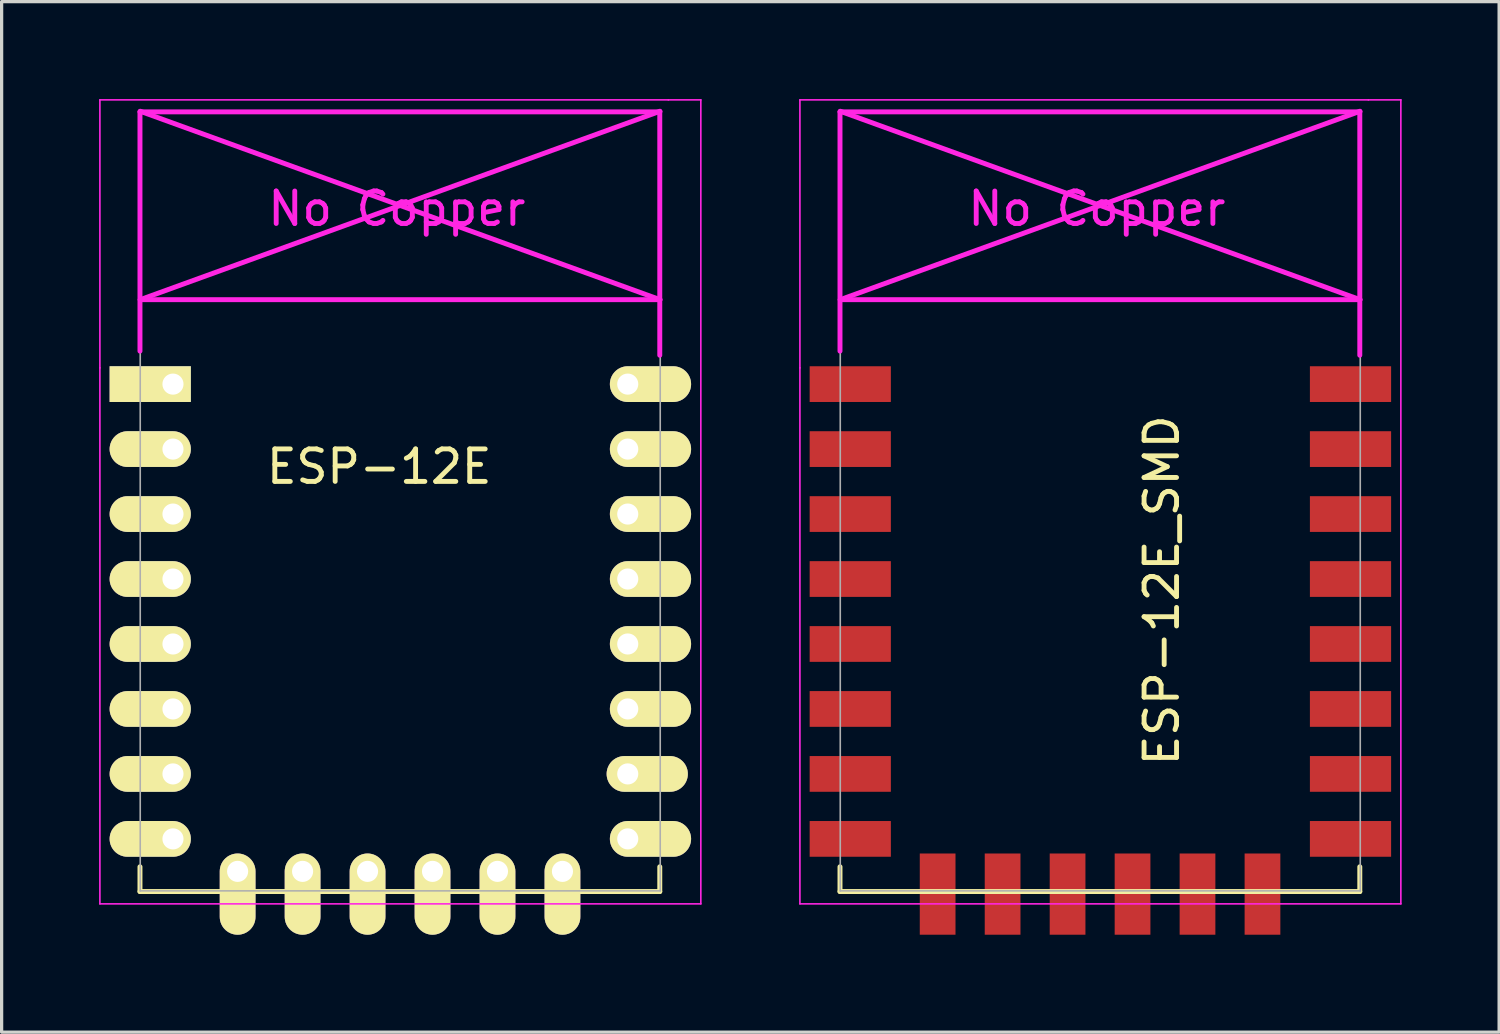
<source format=kicad_pcb>
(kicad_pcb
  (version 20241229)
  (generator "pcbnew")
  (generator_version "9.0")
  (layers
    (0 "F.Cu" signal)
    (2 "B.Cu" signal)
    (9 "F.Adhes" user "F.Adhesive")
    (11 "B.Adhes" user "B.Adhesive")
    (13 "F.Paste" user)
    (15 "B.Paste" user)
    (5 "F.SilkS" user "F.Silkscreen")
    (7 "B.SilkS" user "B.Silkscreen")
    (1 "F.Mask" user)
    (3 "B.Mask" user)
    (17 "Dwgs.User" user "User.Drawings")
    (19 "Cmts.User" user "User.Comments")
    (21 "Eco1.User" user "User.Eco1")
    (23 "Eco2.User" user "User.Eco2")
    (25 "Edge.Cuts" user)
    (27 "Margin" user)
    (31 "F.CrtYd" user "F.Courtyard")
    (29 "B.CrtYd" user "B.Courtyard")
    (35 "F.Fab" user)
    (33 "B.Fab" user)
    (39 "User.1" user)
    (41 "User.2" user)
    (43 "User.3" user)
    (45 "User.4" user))
  (footprint "ESP-12E"
    (layer "F.Cu")
    (at 2.275 8.775)
    (property "Reference" "ESP-12E" (at 6.35 2.54 0) (layer "F.SilkS") (effects (font (size 1 1) (thickness 0.15))))
    (attr through_hole)
    (fp_line (start -1.016 14.859) (end -1.016 15.621) (stroke (width 0.152) (type solid)) (layer "F.SilkS"))
    (fp_line (start -1.016 15.621) (end 14.986 15.621) (stroke (width 0.152) (type solid)) (layer "F.SilkS"))
    (fp_line (start 14.986 15.621) (end 14.986 14.859) (stroke (width 0.152) (type solid)) (layer "F.SilkS"))
    (fp_line (start -2.25 -8.75) (end 15.25 -8.75) (stroke (width 0.05) (type solid)) (layer "F.CrtYd"))
    (fp_line (start -2.25 -0.5) (end -2.25 -8.75) (stroke (width 0.05) (type solid)) (layer "F.CrtYd"))
    (fp_line (start -2.25 16) (end -2.25 -0.5) (stroke (width 0.05) (type solid)) (layer "F.CrtYd"))
    (fp_line (start -1.016 -8.382) (end -1.016 -1.016) (stroke (width 0.152) (type solid)) (layer "F.CrtYd"))
    (fp_line (start -1.016 -8.382) (end 14.986 -8.382) (stroke (width 0.152) (type solid)) (layer "F.CrtYd"))
    (fp_line (start -1.008 -8.4) (end 14.992 -2.6) (stroke (width 0.152) (type solid)) (layer "F.CrtYd"))
    (fp_line (start -1.008 -2.6) (end 14.992 -2.6) (stroke (width 0.152) (type solid)) (layer "F.CrtYd"))
    (fp_line (start 14.986 -8.382) (end 14.986 -0.889) (stroke (width 0.152) (type solid)) (layer "F.CrtYd"))
    (fp_line (start 14.992 -8.4) (end -1.008 -2.6) (stroke (width 0.152) (type solid)) (layer "F.CrtYd"))
    (fp_line (start 15.25 -8.75) (end 16.25 -8.75) (stroke (width 0.05) (type solid)) (layer "F.CrtYd"))
    (fp_line (start 16.25 -8.75) (end 16.25 16) (stroke (width 0.05) (type solid)) (layer "F.CrtYd"))
    (fp_line (start 16.25 16) (end -2.25 16) (stroke (width 0.05) (type solid)) (layer "F.CrtYd"))
    (fp_line (start -1.008 -8.4) (end 14.992 -8.4) (stroke (width 0.05) (type solid)) (layer "F.Fab"))
    (fp_line (start -1.008 15.6) (end -1.008 -8.4) (stroke (width 0.05) (type solid)) (layer "F.Fab"))
    (fp_line (start 14.992 15.6) (end -1.008 15.6) (stroke (width 0.05) (type solid)) (layer "F.Fab"))
    (fp_line (start 15 -8.4) (end 15 15.6) (stroke (width 0.05) (type solid)) (layer "F.Fab"))
    (fp_text user "No Copper" (at 6.892 -5.4 0) (layer "F.CrtYd") (effects (font (size 1 1) (thickness 0.15))))
    (pad "1" thru_hole rect (at 0 0) (size 2.5 1.1) (drill 0.65 (offset -0.7 0)) (layers "*.Cu" "*.Mask" "F.SilkS"))
    (pad "2" thru_hole oval (at 0 2) (size 2.5 1.1) (drill 0.65 (offset -0.7 0)) (layers "*.Cu" "*.Mask" "F.SilkS"))
    (pad "3" thru_hole oval (at 0 4) (size 2.5 1.1) (drill 0.65 (offset -0.7 0)) (layers "*.Cu" "*.Mask" "F.SilkS"))
    (pad "4" thru_hole oval (at 0 6) (size 2.5 1.1) (drill 0.65 (offset -0.7 0)) (layers "*.Cu" "*.Mask" "F.SilkS"))
    (pad "5" thru_hole oval (at 0 8) (size 2.5 1.1) (drill 0.65 (offset -0.7 0)) (layers "*.Cu" "*.Mask" "F.SilkS"))
    (pad "6" thru_hole oval (at 0 10) (size 2.5 1.1) (drill 0.65 (offset -0.7 0)) (layers "*.Cu" "*.Mask" "F.SilkS"))
    (pad "7" thru_hole oval (at 0 12) (size 2.5 1.1) (drill 0.65 (offset -0.7 0)) (layers "*.Cu" "*.Mask" "F.SilkS"))
    (pad "8" thru_hole oval (at 0 14) (size 2.5 1.1) (drill 0.65 (offset -0.7 0)) (layers "*.Cu" "*.Mask" "F.SilkS"))
    (pad "9" thru_hole oval (at 14 14) (size 2.5 1.1) (drill 0.65 (offset 0.7 0)) (layers "*.Cu" "*.Mask" "F.SilkS"))
    (pad "10" thru_hole oval (at 14 12) (size 2.5 1.1) (drill 0.65 (offset 0.6 0)) (layers "*.Cu" "*.Mask" "F.SilkS"))
    (pad "11" thru_hole oval (at 14 10) (size 2.5 1.1) (drill 0.65 (offset 0.7 0)) (layers "*.Cu" "*.Mask" "F.SilkS"))
    (pad "12" thru_hole oval (at 14 8) (size 2.5 1.1) (drill 0.65 (offset 0.7 0)) (layers "*.Cu" "*.Mask" "F.SilkS"))
    (pad "13" thru_hole oval (at 14 6) (size 2.5 1.1) (drill 0.65 (offset 0.7 0)) (layers "*.Cu" "*.Mask" "F.SilkS"))
    (pad "14" thru_hole oval (at 14 4) (size 2.5 1.1) (drill 0.65 (offset 0.7 0)) (layers "*.Cu" "*.Mask" "F.SilkS"))
    (pad "15" thru_hole oval (at 14 2) (size 2.5 1.1) (drill 0.65 (offset 0.7 0)) (layers "*.Cu" "*.Mask" "F.SilkS"))
    (pad "16" thru_hole oval (at 14 0) (size 2.5 1.1) (drill 0.65 (offset 0.7 0)) (layers "*.Cu" "*.Mask" "F.SilkS"))
    (pad "17" thru_hole oval (at 1.99 15 90) (size 2.5 1.1) (drill 0.65 (offset -0.7 0)) (layers "*.Cu" "*.Mask" "F.SilkS"))
    (pad "18" thru_hole oval (at 3.99 15 90) (size 2.5 1.1) (drill 0.65 (offset -0.7 0)) (layers "*.Cu" "*.Mask" "F.SilkS"))
    (pad "19" thru_hole oval (at 5.99 15 90) (size 2.5 1.1) (drill 0.65 (offset -0.7 0)) (layers "*.Cu" "*.Mask" "F.SilkS"))
    (pad "20" thru_hole oval (at 7.99 15 90) (size 2.5 1.1) (drill 0.65 (offset -0.7 0)) (layers "*.Cu" "*.Mask" "F.SilkS"))
    (pad "21" thru_hole oval (at 9.99 15 90) (size 2.5 1.1) (drill 0.65 (offset -0.7 0)) (layers "*.Cu" "*.Mask" "F.SilkS"))
    (pad "22" thru_hole oval (at 11.99 15 90) (size 2.5 1.1) (drill 0.65 (offset -0.7 0)) (layers "*.Cu" "*.Mask" "F.SilkS")))
  (footprint "ESP-12E_SMD"
    (layer "F.Cu")
    (at 23.825 8.775)
    (property "Reference" "ESP-12E_SMD" (at 8.89 6.35 90) (layer "F.SilkS") (effects (font (size 1 1) (thickness 0.15))))
    (attr through_hole)
    (fp_line (start -1.016 14.859) (end -1.016 15.621) (stroke (width 0.152) (type solid)) (layer "F.SilkS"))
    (fp_line (start -1.016 15.621) (end 14.986 15.621) (stroke (width 0.152) (type solid)) (layer "F.SilkS"))
    (fp_line (start 14.986 15.621) (end 14.986 14.859) (stroke (width 0.152) (type solid)) (layer "F.SilkS"))
    (fp_line (start -2.25 -8.75) (end 15.25 -8.75) (stroke (width 0.05) (type solid)) (layer "F.CrtYd"))
    (fp_line (start -2.25 -0.5) (end -2.25 -8.75) (stroke (width 0.05) (type solid)) (layer "F.CrtYd"))
    (fp_line (start -2.25 16) (end -2.25 -0.5) (stroke (width 0.05) (type solid)) (layer "F.CrtYd"))
    (fp_line (start -1.016 -8.382) (end -1.016 -1.016) (stroke (width 0.152) (type solid)) (layer "F.CrtYd"))
    (fp_line (start -1.016 -8.382) (end 14.986 -8.382) (stroke (width 0.152) (type solid)) (layer "F.CrtYd"))
    (fp_line (start -1.008 -8.4) (end 14.992 -2.6) (stroke (width 0.152) (type solid)) (layer "F.CrtYd"))
    (fp_line (start -1.008 -2.6) (end 14.992 -2.6) (stroke (width 0.152) (type solid)) (layer "F.CrtYd"))
    (fp_line (start 14.986 -8.382) (end 14.986 -0.889) (stroke (width 0.152) (type solid)) (layer "F.CrtYd"))
    (fp_line (start 14.992 -8.4) (end -1.008 -2.6) (stroke (width 0.152) (type solid)) (layer "F.CrtYd"))
    (fp_line (start 15.25 -8.75) (end 16.25 -8.75) (stroke (width 0.05) (type solid)) (layer "F.CrtYd"))
    (fp_line (start 16.25 -8.75) (end 16.25 16) (stroke (width 0.05) (type solid)) (layer "F.CrtYd"))
    (fp_line (start 16.25 16) (end -2.25 16) (stroke (width 0.05) (type solid)) (layer "F.CrtYd"))
    (fp_line (start -1.008 -8.4) (end 14.992 -8.4) (stroke (width 0.05) (type solid)) (layer "F.Fab"))
    (fp_line (start -1.008 15.6) (end -1.008 -8.4) (stroke (width 0.05) (type solid)) (layer "F.Fab"))
    (fp_line (start 14.992 15.6) (end -1.008 15.6) (stroke (width 0.05) (type solid)) (layer "F.Fab"))
    (fp_line (start 15 -8.4) (end 15 15.6) (stroke (width 0.05) (type solid)) (layer "F.Fab"))
    (fp_text user "No Copper" (at 6.892 -5.4 0) (layer "F.CrtYd") (effects (font (size 1 1) (thickness 0.15))))
    (pad "1" smd rect (at 0 0) (size 2.5 1.1) (drill (offset -0.7 0)) (layers "F.Cu" "F.Mask" "F.Paste"))
    (pad "2" smd rect (at 0 2) (size 2.5 1.1) (drill (offset -0.7 0)) (layers "F.Cu" "F.Mask" "F.Paste"))
    (pad "3" smd rect (at 0 4) (size 2.5 1.1) (drill (offset -0.7 0)) (layers "F.Cu" "F.Mask" "F.Paste"))
    (pad "4" smd rect (at 0 6) (size 2.5 1.1) (drill (offset -0.7 0)) (layers "F.Cu" "F.Mask" "F.Paste"))
    (pad "5" smd rect (at 0 8) (size 2.5 1.1) (drill (offset -0.7 0)) (layers "F.Cu" "F.Mask" "F.Paste"))
    (pad "6" smd rect (at 0 10) (size 2.5 1.1) (drill (offset -0.7 0)) (layers "F.Cu" "F.Mask" "F.Paste"))
    (pad "7" smd rect (at 0 12) (size 2.5 1.1) (drill (offset -0.7 0)) (layers "F.Cu" "F.Mask" "F.Paste"))
    (pad "8" smd rect (at 0 14) (size 2.5 1.1) (drill (offset -0.7 0)) (layers "F.Cu" "F.Mask" "F.Paste"))
    (pad "9" smd rect (at 14 14) (size 2.5 1.1) (drill (offset 0.7 0)) (layers "F.Cu" "F.Mask" "F.Paste"))
    (pad "10" smd rect (at 14 12) (size 2.5 1.1) (drill (offset 0.7 0)) (layers "F.Cu" "F.Mask" "F.Paste"))
    (pad "11" smd rect (at 14 10) (size 2.5 1.1) (drill (offset 0.7 0)) (layers "F.Cu" "F.Mask" "F.Paste"))
    (pad "12" smd rect (at 14 8) (size 2.5 1.1) (drill (offset 0.7 0)) (layers "F.Cu" "F.Mask" "F.Paste"))
    (pad "13" smd rect (at 14 6) (size 2.5 1.1) (drill (offset 0.7 0)) (layers "F.Cu" "F.Mask" "F.Paste"))
    (pad "14" smd rect (at 14 4) (size 2.5 1.1) (drill (offset 0.7 0)) (layers "F.Cu" "F.Mask" "F.Paste"))
    (pad "15" smd rect (at 14 2) (size 2.5 1.1) (drill (offset 0.7 0)) (layers "F.Cu" "F.Mask" "F.Paste"))
    (pad "16" smd rect (at 14 0) (size 2.5 1.1) (drill (offset 0.7 0)) (layers "F.Cu" "F.Mask" "F.Paste"))
    (pad "17" smd rect (at 1.99 15 90) (size 2.5 1.1) (drill (offset -0.7 0)) (layers "F.Cu" "F.Mask" "F.Paste"))
    (pad "18" smd rect (at 3.99 15 90) (size 2.5 1.1) (drill (offset -0.7 0)) (layers "F.Cu" "F.Mask" "F.Paste"))
    (pad "19" smd rect (at 5.99 15 90) (size 2.5 1.1) (drill (offset -0.7 0)) (layers "F.Cu" "F.Mask" "F.Paste"))
    (pad "20" smd rect (at 7.99 15 90) (size 2.5 1.1) (drill (offset -0.7 0)) (layers "F.Cu" "F.Mask" "F.Paste"))
    (pad "21" smd rect (at 9.99 15 90) (size 2.5 1.1) (drill (offset -0.7 0)) (layers "F.Cu" "F.Mask" "F.Paste"))
    (pad "22" smd rect (at 11.99 15 90) (size 2.5 1.1) (drill (offset -0.7 0)) (layers "F.Cu" "F.Mask" "F.Paste")))
  (gr_rect
    (start -3 -3)
    (end 43.1 28.725)
    (stroke (width 0.1) (type default))
    (fill no)
    (layer "Edge.Cuts")))
</source>
